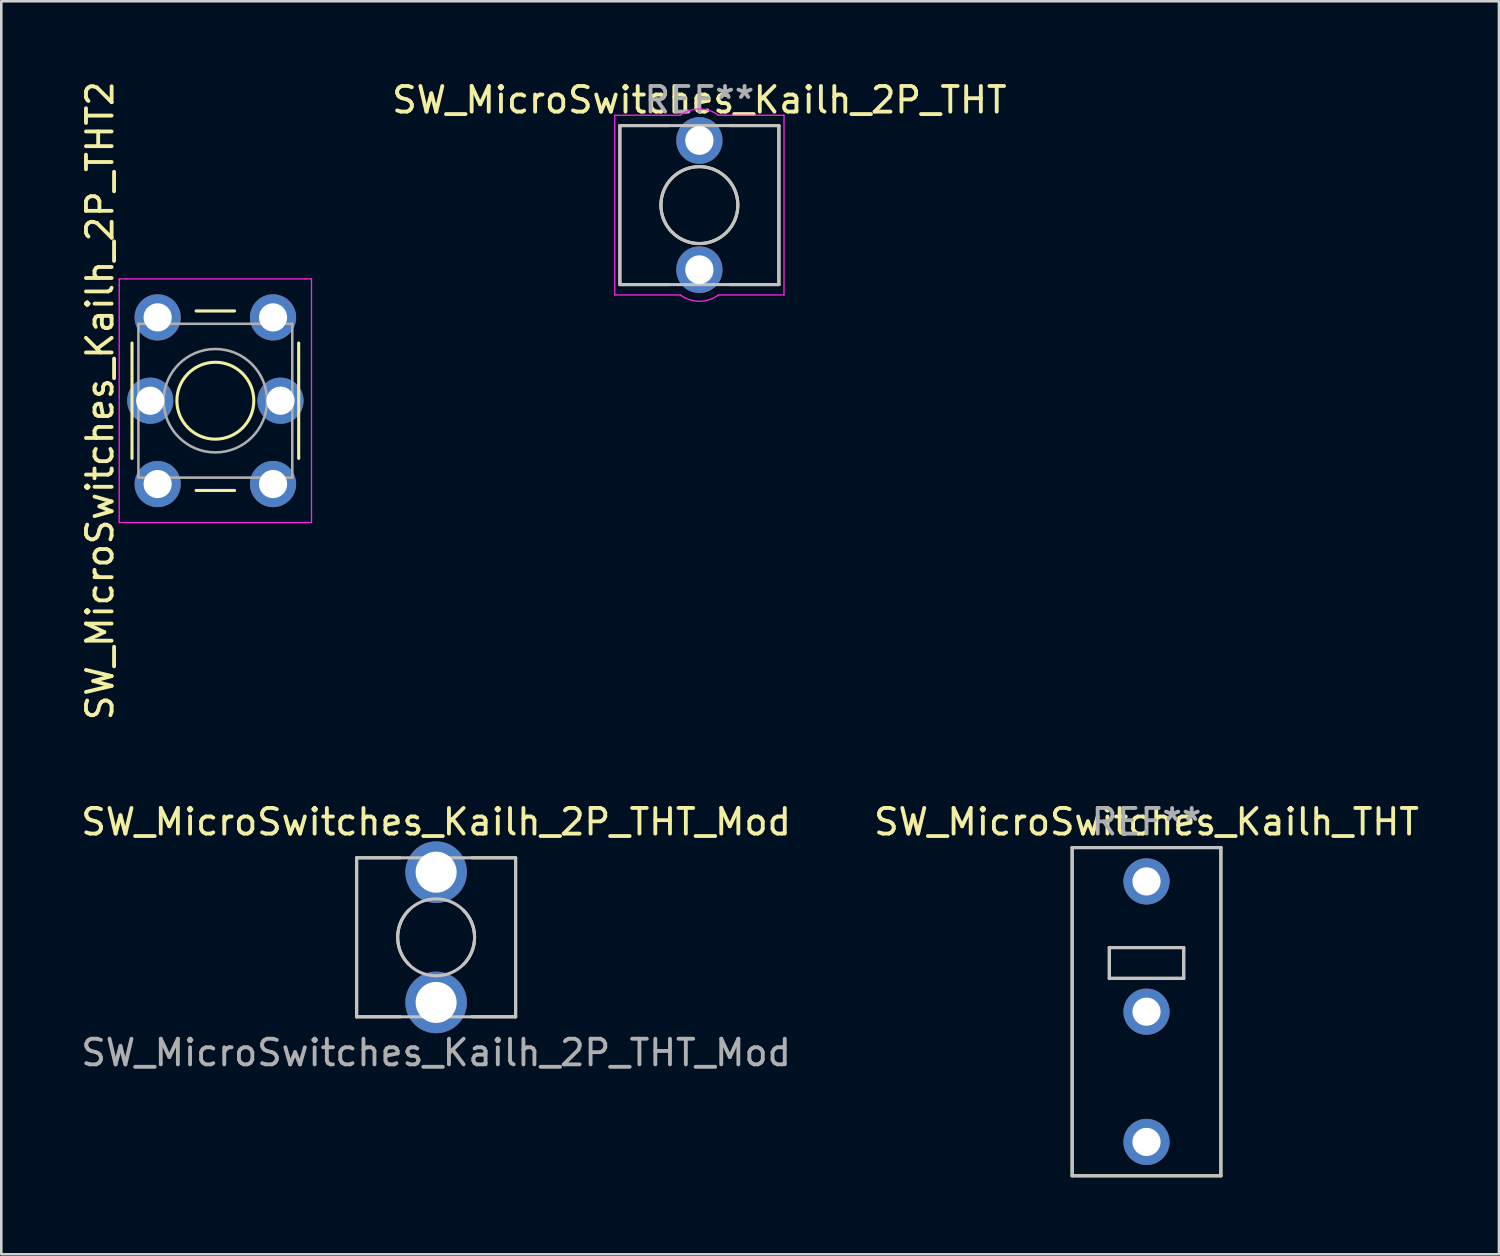
<source format=kicad_pcb>
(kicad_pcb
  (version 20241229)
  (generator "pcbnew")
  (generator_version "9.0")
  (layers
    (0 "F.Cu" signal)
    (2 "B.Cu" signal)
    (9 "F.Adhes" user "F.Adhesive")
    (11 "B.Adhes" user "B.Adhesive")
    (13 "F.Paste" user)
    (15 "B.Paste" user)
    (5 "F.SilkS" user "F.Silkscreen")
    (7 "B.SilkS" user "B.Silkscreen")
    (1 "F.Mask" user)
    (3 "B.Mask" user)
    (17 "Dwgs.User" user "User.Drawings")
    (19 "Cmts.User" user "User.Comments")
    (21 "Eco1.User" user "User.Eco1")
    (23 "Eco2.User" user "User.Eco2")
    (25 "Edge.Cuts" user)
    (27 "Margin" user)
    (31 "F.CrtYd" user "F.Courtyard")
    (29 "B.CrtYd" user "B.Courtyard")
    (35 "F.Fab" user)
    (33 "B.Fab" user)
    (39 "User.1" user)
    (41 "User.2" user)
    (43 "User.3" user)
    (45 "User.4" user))
  (footprint "SW_MicroSwitches_Kailh_2P_THT_Mod"
    (layer "F.Cu")
    (at 13.958 33.503)
    (property "Reference" "SW_MicroSwitches_Kailh_2P_THT_Mod" (at 0 -4.5 0) (layer "F.SilkS") (effects (font (size 1 1) (thickness 0.15))))
    (attr through_hole)
    (fp_line (start -3.1 -3.1) (end -3.1 3.1) (stroke (width 0.12) (type default)) (layer "F.SilkS"))
    (fp_line (start -3.1 -3.1) (end -1.4 -3.1) (stroke (width 0.12) (type default)) (layer "F.SilkS"))
    (fp_line (start -1.4 3.1) (end -3.1 3.1) (stroke (width 0.12) (type default)) (layer "F.SilkS"))
    (fp_line (start 1.4 -3.1) (end 3.1 -3.1) (stroke (width 0.12) (type default)) (layer "F.SilkS"))
    (fp_line (start 1.4 3.1) (end 3.1 3.1) (stroke (width 0.12) (type default)) (layer "F.SilkS"))
    (fp_line (start 3.1 3.1) (end 3.1 -3.1) (stroke (width 0.12) (type default)) (layer "F.SilkS"))
    (fp_arc (start -1.06066 1.060659) (mid -1.5 0) (end -1.06066 -1.060659) (stroke (width 0.12) (type default)) (layer "F.SilkS"))
    (fp_arc (start 1.060659 -1.060659) (mid 1.499999 0) (end 1.060659 1.060659) (stroke (width 0.12) (type default)) (layer "F.SilkS"))
    (fp_line (start -3.1 -3.1) (end 3.1 -3.1) (stroke (width 0.12) (type default)) (layer "Dwgs.User"))
    (fp_line (start -3.1 3.1) (end -3.1 -3.1) (stroke (width 0.12) (type default)) (layer "Dwgs.User"))
    (fp_line (start 3.1 3.1) (end -3.1 3.1) (stroke (width 0.12) (type default)) (layer "Dwgs.User"))
    (fp_line (start 3.1 3.1) (end 3.1 -3.1) (stroke (width 0.12) (type default)) (layer "Dwgs.User"))
    (fp_circle (center 0 0) (end 1.5 0) (stroke (width 0.12) (type default)) (fill no) (layer "Dwgs.User"))
    (fp_text user "${REFERENCE}" (at 0 4.5 0) (layer "F.Fab") (effects (font (size 1 1) (thickness 0.15))))
    (pad "1" thru_hole circle (at 0 -2.54 180) (size 2.4 2.4) (drill 1.6) (layers "*.Cu" "*.Mask"))
    (pad "2" thru_hole circle (at 0 2.54 180) (size 2.4 2.4) (drill 1.6) (layers "*.Cu" "*.Mask")))
  (footprint "SW_MicroSwitches_Kailh_2P_THT2"
    (layer "F.Cu")
    (at 5.348 12.577)
    (property "Reference" "SW_MicroSwitches_Kailh_2P_THT2" (at -4.5 0 90) (layer "F.SilkS") (effects (font (size 1 1) (thickness 0.15))))
    (attr through_hole)
    (fp_line (start -3.25 -2.25) (end -3.25 2.25) (stroke (width 0.12) (type solid)) (layer "F.SilkS"))
    (fp_line (start -0.75 3.5) (end 0.75 3.5) (stroke (width 0.12) (type solid)) (layer "F.SilkS"))
    (fp_line (start 0.75 -3.5) (end -0.75 -3.5) (stroke (width 0.12) (type solid)) (layer "F.SilkS"))
    (fp_line (start 3.25 2.25) (end 3.25 -2.25) (stroke (width 0.12) (type solid)) (layer "F.SilkS"))
    (fp_circle (center -0.000064 -0.000436) (end -0.000064 -1.5) (stroke (width 0.12) (type default)) (fill no) (layer "F.SilkS"))
    (fp_line (start -3.75 -4.75) (end -3.5 -4.75) (stroke (width 0.05) (type solid)) (layer "F.CrtYd"))
    (fp_line (start -3.75 -4.5) (end -3.75 -4.75) (stroke (width 0.05) (type solid)) (layer "F.CrtYd"))
    (fp_line (start -3.75 4.5) (end -3.75 -4.5) (stroke (width 0.05) (type solid)) (layer "F.CrtYd"))
    (fp_line (start -3.75 4.75) (end -3.75 4.5) (stroke (width 0.05) (type solid)) (layer "F.CrtYd"))
    (fp_line (start -3.5 -4.75) (end 3.5 -4.75) (stroke (width 0.05) (type solid)) (layer "F.CrtYd"))
    (fp_line (start -3.5 4.75) (end -3.75 4.75) (stroke (width 0.05) (type solid)) (layer "F.CrtYd"))
    (fp_line (start 3.5 4.75) (end -3.5 4.75) (stroke (width 0.05) (type solid)) (layer "F.CrtYd"))
    (fp_line (start 3.5 4.75) (end 3.75 4.75) (stroke (width 0.05) (type solid)) (layer "F.CrtYd"))
    (fp_line (start 3.75 -4.75) (end 3.5 -4.75) (stroke (width 0.05) (type solid)) (layer "F.CrtYd"))
    (fp_line (start 3.75 -4.5) (end 3.75 -4.75) (stroke (width 0.05) (type solid)) (layer "F.CrtYd"))
    (fp_line (start 3.75 -4.5) (end 3.75 4.5) (stroke (width 0.05) (type solid)) (layer "F.CrtYd"))
    (fp_line (start 3.75 4.75) (end 3.75 4.5) (stroke (width 0.05) (type solid)) (layer "F.CrtYd"))
    (fp_line (start -3 -3) (end 3 -3) (stroke (width 0.1) (type solid)) (layer "F.Fab"))
    (fp_line (start -3 -0.000436) (end -3 -3) (stroke (width 0.1) (type solid)) (layer "F.Fab"))
    (fp_line (start -3 3) (end -3 -0.000436) (stroke (width 0.1) (type solid)) (layer "F.Fab"))
    (fp_line (start 3 -3) (end 3 3) (stroke (width 0.1) (type solid)) (layer "F.Fab"))
    (fp_line (start 3 3) (end -3 3) (stroke (width 0.1) (type solid)) (layer "F.Fab"))
    (fp_circle (center 0 -0.000436) (end 0.25 2) (stroke (width 0.1) (type solid)) (fill no) (layer "F.Fab"))
    (pad "1" thru_hole circle (at -2.54 -0.000436 270) (size 1.8 1.8) (drill 1.1) (layers "*.Cu" "B.Mask"))
    (pad "1" thru_hole circle (at -2.25 -3.25 180) (size 1.8 1.8) (drill 1.1) (layers "*.Cu" "B.Mask"))
    (pad "1" thru_hole circle (at -2.25 3.25 180) (size 1.8 1.8) (drill 1.1) (layers "*.Cu" "B.Mask"))
    (pad "2" thru_hole circle (at 2.25 -3.25 180) (size 1.8 1.8) (drill 1.1) (layers "*.Cu" "B.Mask"))
    (pad "2" thru_hole circle (at 2.25 3.25 180) (size 1.8 1.8) (drill 1.1) (layers "*.Cu" "B.Mask"))
    (pad "2" thru_hole circle (at 2.54 -0.000436 270) (size 1.8 1.8) (drill 1.1) (layers "*.Cu" "B.Mask")))
  (footprint "SW_MicroSwitches_Kailh_THT"
    (layer "F.Cu")
    (at 41.661 30.003)
    (property "Reference" "SW_MicroSwitches_Kailh_THT" (at 0 -1 0) (layer "F.SilkS") (effects (font (size 1 1) (thickness 0.15))))
    (attr through_hole)
    (fp_line (start -2.9 0) (end -2.9 12.8) (stroke (width 0.12) (type default)) (layer "F.SilkS"))
    (fp_line (start -2.9 0) (end 2.9 0) (stroke (width 0.12) (type default)) (layer "F.SilkS"))
    (fp_line (start -1.45 3.9) (end -1.45 5.1) (stroke (width 0.12) (type default)) (layer "F.SilkS"))
    (fp_line (start -1.45 5.1) (end 1.45 5.1) (stroke (width 0.12) (type default)) (layer "F.SilkS"))
    (fp_line (start 1.45 3.9) (end -1.45 3.9) (stroke (width 0.12) (type default)) (layer "F.SilkS"))
    (fp_line (start 1.45 3.9) (end 1.45 5.1) (stroke (width 0.12) (type default)) (layer "F.SilkS"))
    (fp_line (start 2.9 0) (end 2.9 12.8) (stroke (width 0.12) (type default)) (layer "F.SilkS"))
    (fp_line (start 2.9 12.8) (end -2.9 12.8) (stroke (width 0.12) (type default)) (layer "F.SilkS"))
    (fp_line (start -2.9 0) (end -2.9 12.8) (stroke (width 0.12) (type default)) (layer "Dwgs.User"))
    (fp_line (start -2.9 0) (end 2.9 0) (stroke (width 0.12) (type default)) (layer "Dwgs.User"))
    (fp_line (start -1.45 3.9) (end -1.45 5.1) (stroke (width 0.12) (type default)) (layer "Dwgs.User"))
    (fp_line (start -1.45 5.1) (end 1.45 5.1) (stroke (width 0.12) (type default)) (layer "Dwgs.User"))
    (fp_line (start 1.45 3.9) (end -1.45 3.9) (stroke (width 0.12) (type default)) (layer "Dwgs.User"))
    (fp_line (start 1.45 3.9) (end 1.45 5.1) (stroke (width 0.12) (type default)) (layer "Dwgs.User"))
    (fp_line (start 2.9 12.8) (end -2.9 12.8) (stroke (width 0.12) (type default)) (layer "Dwgs.User"))
    (fp_line (start 2.9 12.8) (end 2.9 0) (stroke (width 0.12) (type default)) (layer "Dwgs.User"))
    (fp_text user "REF**" (at 0 -1 0) (layer "F.Fab") (effects (font (size 1 1) (thickness 0.15))))
    (pad "1" thru_hole circle (at 0 1.32 90) (size 1.8 1.8) (drill 1.1) (layers "*.Cu" "*.Mask"))
    (pad "2" thru_hole circle (at 0 6.4 90) (size 1.8 1.8) (drill 1.1) (layers "*.Cu" "*.Mask"))
    (pad "3" thru_hole circle (at 0 11.48 90) (size 1.8 1.8) (drill 1.1) (layers "*.Cu" "*.Mask")))
  (footprint "SW_MicroSwitches_Kailh_2P_THT"
    (layer "F.Cu")
    (at 24.224 4.948)
    (property "Reference" "SW_MicroSwitches_Kailh_2P_THT" (at 0 -4.1 0) (layer "F.SilkS") (effects (font (size 1 1) (thickness 0.15))))
    (attr smd)
    (fp_line (start -3.1 -3.1) (end -3.1 3.1) (stroke (width 0.12) (type default)) (layer "F.SilkS"))
    (fp_line (start -3.1 -3.1) (end -1.2 -3.1) (stroke (width 0.12) (type default)) (layer "F.SilkS"))
    (fp_line (start -1.2 3.1) (end -3.1 3.1) (stroke (width 0.12) (type default)) (layer "F.SilkS"))
    (fp_line (start 1.2 -3.1) (end 3.1 -3.1) (stroke (width 0.12) (type default)) (layer "F.SilkS"))
    (fp_line (start 1.2 3.1) (end 3.1 3.1) (stroke (width 0.12) (type default)) (layer "F.SilkS"))
    (fp_line (start 3.1 3.1) (end 3.1 -3.1) (stroke (width 0.12) (type default)) (layer "F.SilkS"))
    (fp_circle (center 0 0) (end 1.5 0) (stroke (width 0.12) (type default)) (fill no) (layer "F.SilkS"))
    (fp_line (start -3.1 -3.1) (end 3.1 -3.1) (stroke (width 0.12) (type default)) (layer "Dwgs.User"))
    (fp_line (start -3.1 3.1) (end -3.1 -3.1) (stroke (width 0.12) (type default)) (layer "Dwgs.User"))
    (fp_line (start 3.1 3.1) (end -3.1 3.1) (stroke (width 0.12) (type default)) (layer "Dwgs.User"))
    (fp_line (start 3.1 3.1) (end 3.1 -3.1) (stroke (width 0.12) (type default)) (layer "Dwgs.User"))
    (fp_circle (center 0 0) (end 1.5 0) (stroke (width 0.12) (type default)) (fill no) (layer "Dwgs.User"))
    (fp_line (start -3.3 -3.504) (end -3.3 3.504) (stroke (width 0.05) (type default)) (layer "F.CrtYd"))
    (fp_line (start -3.3 -3.504) (end -0.745 -3.504) (stroke (width 0.05) (type default)) (layer "F.CrtYd"))
    (fp_line (start -3.3 3.504) (end -0.745 3.504) (stroke (width 0.05) (type default)) (layer "F.CrtYd"))
    (fp_line (start 0.745 -3.504) (end 3.3 -3.504) (stroke (width 0.05) (type default)) (layer "F.CrtYd"))
    (fp_line (start 0.745 3.504) (end 3.3 3.504) (stroke (width 0.05) (type default)) (layer "F.CrtYd"))
    (fp_line (start 3.3 -3.504) (end 3.3 3.504) (stroke (width 0.05) (type default)) (layer "F.CrtYd"))
    (fp_arc (start -0.74477 -3.503901) (mid 0 -3.75) (end 0.74477 -3.503901) (stroke (width 0.05) (type default)) (layer "F.CrtYd"))
    (fp_arc (start 0.74477 3.503901) (mid 0 3.75) (end -0.74477 3.503901) (stroke (width 0.05) (type default)) (layer "F.CrtYd"))
    (fp_text user "REF**" (at 0 -4.1 0) (layer "F.Fab") (effects (font (size 1 1) (thickness 0.15))))
    (pad "1" thru_hole oval (at 0 -2.52 180) (size 1.8 1.82) (drill oval 1.1 1.12) (layers "*.Cu" "*.Mask"))
    (pad "2" thru_hole oval (at 0 2.52 180) (size 1.8 1.82) (drill oval 1.1 1.12) (layers "*.Cu" "*.Mask")))
  (gr_rect
    (start -3 -3)
    (end 55.405 45.863)
    (stroke (width 0.1) (type default))
    (fill no)
    (layer "Edge.Cuts")))
</source>
